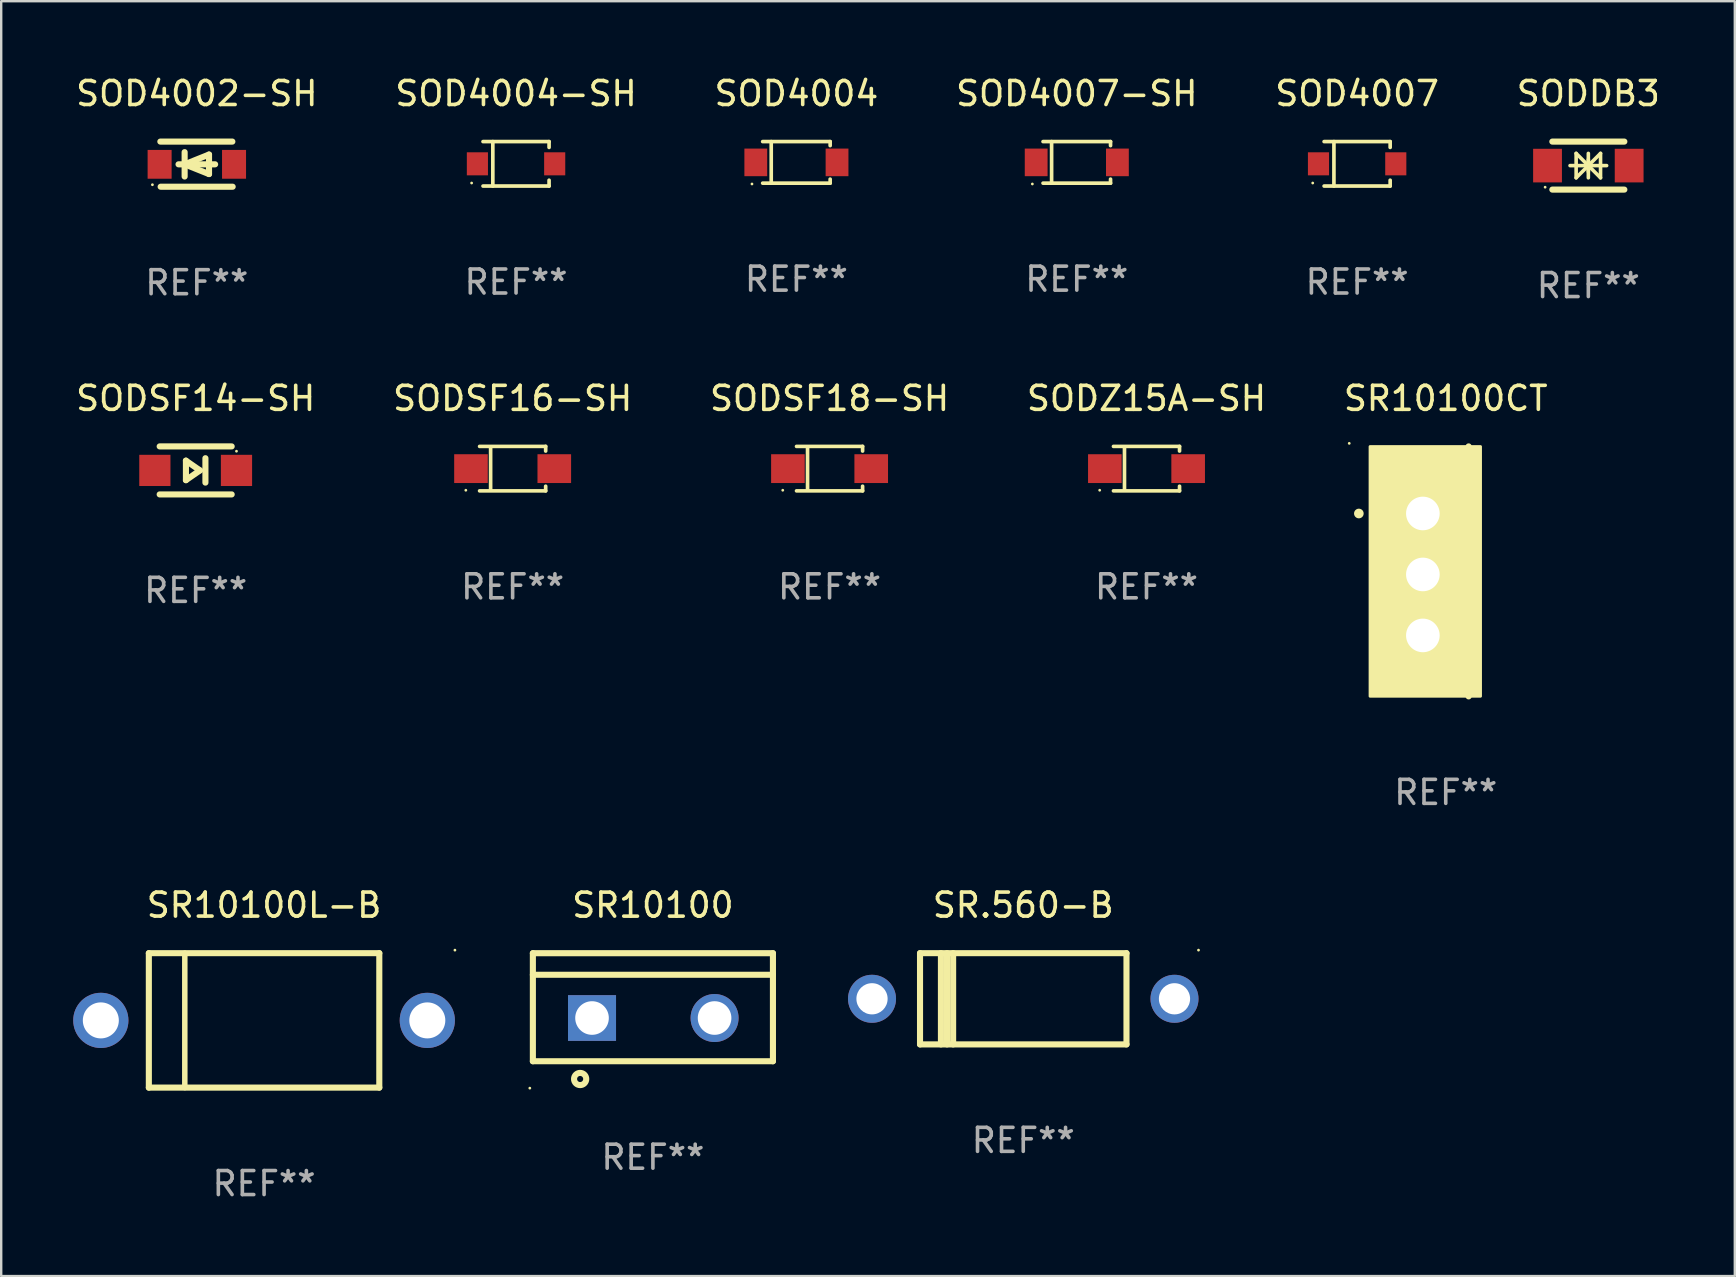
<source format=kicad_pcb>
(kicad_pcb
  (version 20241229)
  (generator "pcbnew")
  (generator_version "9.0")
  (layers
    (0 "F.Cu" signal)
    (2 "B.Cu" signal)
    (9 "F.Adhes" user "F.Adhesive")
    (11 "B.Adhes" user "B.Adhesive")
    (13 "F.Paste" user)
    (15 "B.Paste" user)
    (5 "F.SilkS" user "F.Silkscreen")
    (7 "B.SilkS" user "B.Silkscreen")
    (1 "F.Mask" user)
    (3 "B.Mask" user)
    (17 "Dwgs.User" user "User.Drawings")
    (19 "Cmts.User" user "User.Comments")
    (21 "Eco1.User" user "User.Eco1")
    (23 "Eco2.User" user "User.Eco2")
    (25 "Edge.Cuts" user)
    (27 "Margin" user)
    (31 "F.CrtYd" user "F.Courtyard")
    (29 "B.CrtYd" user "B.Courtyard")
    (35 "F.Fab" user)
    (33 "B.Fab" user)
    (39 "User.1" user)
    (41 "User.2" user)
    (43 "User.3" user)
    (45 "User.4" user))
  (footprint "SR.560-B"
    (layer "F.Cu")
    (at 39.574 38.555)
    (property "Reference" "SR.560-B" (at 0 -3.9 0) (layer "F.SilkS") (effects (font (size 1 1) (thickness 0.15))))
    (attr through_hole)
    (fp_line (start -4.3 -1.9) (end 4.3 -1.9) (stroke (width 0.254) (type solid)) (layer "F.SilkS"))
    (fp_line (start -4.3 1.9) (end -4.3 -1.9) (stroke (width 0.254) (type solid)) (layer "F.SilkS"))
    (fp_line (start -3.429 1.9) (end -3.429 -1.9) (stroke (width 0.254) (type solid)) (layer "F.SilkS"))
    (fp_line (start -3.175 1.9) (end -3.175 -1.9) (stroke (width 0.254) (type solid)) (layer "F.SilkS"))
    (fp_line (start -2.921 1.9) (end -2.921 -1.9) (stroke (width 0.254) (type solid)) (layer "F.SilkS"))
    (fp_line (start 4.3 -1.9) (end 4.3 1.9) (stroke (width 0.254) (type solid)) (layer "F.SilkS"))
    (fp_line (start 4.3 1.9) (end -4.3 1.9) (stroke (width 0.254) (type solid)) (layer "F.SilkS"))
    (fp_circle (center 7.3 -2.027) (end 7.33 -2.027) (stroke (width 0.06) (type solid)) (fill no) (layer "F.SilkS"))
    (fp_text user "REF**" (at 0 5.9 0) (layer "F.Fab") (effects (font (size 1 1) (thickness 0.15))))
    (pad "1" thru_hole circle (at 6.3 0) (size 2 2) (drill 1.3) (layers "*.Cu" "*.Mask"))
    (pad "2" thru_hole circle (at -6.3 0) (size 2 2) (drill 1.3) (layers "*.Cu" "*.Mask")))
  (footprint "SODSF18-SH"
    (layer "F.Cu")
    (at 31.506 16.471)
    (property "Reference" "SODSF18-SH" (at 0 -2.926 0) (layer "F.SilkS") (effects (font (size 1 1) (thickness 0.15))))
    (attr through_hole)
    (fp_line (start -1.376 -0.926) (end 1.376 -0.926) (stroke (width 0.152) (type solid)) (layer "F.SilkS"))
    (fp_line (start -1.376 0.926) (end 1.376 0.926) (stroke (width 0.152) (type solid)) (layer "F.SilkS"))
    (fp_line (start -0.917 -0.876) (end -0.917 0.876) (stroke (width 0.152) (type solid)) (layer "F.SilkS"))
    (fp_line (start 1.376 -0.926) (end 1.376 -0.733) (stroke (width 0.152) (type solid)) (layer "F.SilkS"))
    (fp_line (start 1.376 0.926) (end 1.376 0.733) (stroke (width 0.152) (type solid)) (layer "F.SilkS"))
    (fp_circle (center -1.95 0.9) (end -1.92 0.9) (stroke (width 0.06) (type solid)) (fill no) (layer "F.SilkS"))
    (fp_text user "REF**" (at 0 4.926 0) (layer "F.Fab") (effects (font (size 1 1) (thickness 0.15))))
    (pad "1" smd rect (at -1.735 0) (size 1.4 1.2) (layers "F.Cu" "F.Mask" "F.Paste"))
    (pad "2" smd rect (at 1.735 0) (size 1.4 1.2) (layers "F.Cu" "F.Mask" "F.Paste")))
  (footprint "SOD4004-SH"
    (layer "F.Cu")
    (at 18.446 3.774)
    (property "Reference" "SOD4004-SH" (at 0 -2.926 0) (layer "F.SilkS") (effects (font (size 1 1) (thickness 0.15))))
    (attr through_hole)
    (fp_line (start -1.376 -0.926) (end 1.376 -0.926) (stroke (width 0.152) (type solid)) (layer "F.SilkS"))
    (fp_line (start -1.376 0.926) (end 1.376 0.926) (stroke (width 0.152) (type solid)) (layer "F.SilkS"))
    (fp_line (start -0.967 -0.926) (end -0.967 0.926) (stroke (width 0.152) (type solid)) (layer "F.SilkS"))
    (fp_line (start 1.376 -0.926) (end 1.376 -0.683) (stroke (width 0.152) (type solid)) (layer "F.SilkS"))
    (fp_line (start 1.376 0.926) (end 1.376 0.683) (stroke (width 0.152) (type solid)) (layer "F.SilkS"))
    (fp_circle (center -1.85 0.8) (end -1.82 0.8) (stroke (width 0.06) (type solid)) (fill no) (layer "F.SilkS"))
    (fp_text user "REF**" (at 0 4.926 0) (layer "F.Fab") (effects (font (size 1 1) (thickness 0.15))))
    (pad "1" smd rect (at -1.61 0) (size 0.88 0.96) (layers "F.Cu" "F.Mask" "F.Paste"))
    (pad "2" smd rect (at 1.61 0) (size 0.88 0.96) (layers "F.Cu" "F.Mask" "F.Paste")))
  (footprint "SODDB3"
    (layer "F.Cu")
    (at 63.113 3.848)
    (property "Reference" "SODDB3" (at 0 -3 0) (layer "F.SilkS") (effects (font (size 1 1) (thickness 0.15))))
    (attr through_hole)
    (fp_line (start -1.5 -1) (end 1.5 -1) (stroke (width 0.254) (type solid)) (layer "F.SilkS"))
    (fp_line (start -1.5 1) (end 1.5 1) (stroke (width 0.254) (type solid)) (layer "F.SilkS"))
    (fp_line (start -0.762 0) (end 0.762 0) (stroke (width 0.15) (type solid)) (layer "F.SilkS"))
    (fp_line (start -0.508 -0.508) (end -0.508 0.508) (stroke (width 0.15) (type solid)) (layer "F.SilkS"))
    (fp_line (start 0 -0.508) (end 0 0.508) (stroke (width 0.15) (type solid)) (layer "F.SilkS"))
    (fp_line (start 0 0) (end -0.508 -0.508) (stroke (width 0.15) (type solid)) (layer "F.SilkS"))
    (fp_line (start 0 0) (end -0.508 0.508) (stroke (width 0.15) (type solid)) (layer "F.SilkS"))
    (fp_line (start 0 0) (end 0.508 -0.508) (stroke (width 0.15) (type solid)) (layer "F.SilkS"))
    (fp_line (start 0 0) (end 0.508 0.508) (stroke (width 0.15) (type solid)) (layer "F.SilkS"))
    (fp_line (start 0 0.254) (end 0 -0.254) (stroke (width 0.15) (type solid)) (layer "F.SilkS"))
    (fp_line (start 0.508 0.508) (end 0.508 -0.508) (stroke (width 0.15) (type solid)) (layer "F.SilkS"))
    (fp_circle (center -1.8 0.9) (end -1.77 0.9) (stroke (width 0.06) (type solid)) (fill no) (layer "F.SilkS"))
    (fp_text user "REF**" (at 0 5 0) (layer "F.Fab") (effects (font (size 1 1) (thickness 0.15))))
    (pad "1" smd rect (at -1.7 0) (size 1.2 1.4) (layers "F.Cu" "F.Mask" "F.Paste"))
    (pad "2" smd rect (at 1.7 0) (size 1.2 1.4) (layers "F.Cu" "F.Mask" "F.Paste")))
  (footprint "SODZ15A-SH"
    (layer "F.Cu")
    (at 44.708 16.471)
    (property "Reference" "SODZ15A-SH" (at 0 -2.926 0) (layer "F.SilkS") (effects (font (size 1 1) (thickness 0.15))))
    (attr through_hole)
    (fp_line (start -1.376 -0.926) (end 1.376 -0.926) (stroke (width 0.152) (type solid)) (layer "F.SilkS"))
    (fp_line (start -1.376 0.926) (end 1.376 0.926) (stroke (width 0.152) (type solid)) (layer "F.SilkS"))
    (fp_line (start -0.917 -0.876) (end -0.917 0.876) (stroke (width 0.152) (type solid)) (layer "F.SilkS"))
    (fp_line (start 1.376 -0.926) (end 1.376 -0.733) (stroke (width 0.152) (type solid)) (layer "F.SilkS"))
    (fp_line (start 1.376 0.926) (end 1.376 0.733) (stroke (width 0.152) (type solid)) (layer "F.SilkS"))
    (fp_circle (center -1.95 0.9) (end -1.92 0.9) (stroke (width 0.06) (type solid)) (fill no) (layer "F.SilkS"))
    (fp_text user "REF**" (at 0 4.926 0) (layer "F.Fab") (effects (font (size 1 1) (thickness 0.15))))
    (pad "1" smd rect (at -1.735 0) (size 1.4 1.2) (layers "F.Cu" "F.Mask" "F.Paste"))
    (pad "2" smd rect (at 1.735 0) (size 1.4 1.2) (layers "F.Cu" "F.Mask" "F.Paste")))
  (footprint "SR10100L-B"
    (layer "F.Cu")
    (at 7.95 39.455)
    (property "Reference" "SR10100L-B" (at 0 -4.8 0) (layer "F.SilkS") (effects (font (size 1 1) (thickness 0.15))))
    (attr through_hole)
    (fp_line (start -4.8 -2.8) (end -4.8 2.8) (stroke (width 0.254) (type solid)) (layer "F.SilkS"))
    (fp_line (start -4.8 -2.8) (end 4.8 -2.8) (stroke (width 0.254) (type solid)) (layer "F.SilkS"))
    (fp_line (start -4.8 2.8) (end 4.8 2.8) (stroke (width 0.254) (type solid)) (layer "F.SilkS"))
    (fp_line (start -3.302 2.8) (end -3.302 -2.8) (stroke (width 0.229) (type solid)) (layer "F.SilkS"))
    (fp_line (start 4.8 -2.8) (end 4.8 2.8) (stroke (width 0.254) (type solid)) (layer "F.SilkS"))
    (fp_circle (center 7.95 -2.927) (end 7.98 -2.927) (stroke (width 0.06) (type solid)) (fill no) (layer "F.SilkS"))
    (fp_text user "REF**" (at 0 6.8 0) (layer "F.Fab") (effects (font (size 1 1) (thickness 0.15))))
    (pad "1" thru_hole circle (at 6.8 0) (size 2.3 2.3) (drill 1.5) (layers "*.Cu" "*.Mask"))
    (pad "2" thru_hole circle (at -6.8 0) (size 2.3 2.3) (drill 1.5) (layers "*.Cu" "*.Mask")))
  (footprint "SR10100"
    (layer "F.Cu")
    (at 24.147 38.906)
    (property "Reference" "SR10100" (at 0 -4.25 0) (layer "F.SilkS") (effects (font (size 1 1) (thickness 0.15))))
    (attr through_hole)
    (fp_line (start -5 -2.25) (end 5 -2.25) (stroke (width 0.254) (type solid)) (layer "F.SilkS"))
    (fp_line (start -5 -1.351) (end 5 -1.351) (stroke (width 0.254) (type solid)) (layer "F.SilkS"))
    (fp_line (start -5 2.25) (end -5 -2.25) (stroke (width 0.254) (type solid)) (layer "F.SilkS"))
    (fp_line (start -5 2.25) (end 5 2.25) (stroke (width 0.254) (type solid)) (layer "F.SilkS"))
    (fp_line (start 5 2.25) (end 5 -2.25) (stroke (width 0.254) (type solid)) (layer "F.SilkS"))
    (fp_circle (center -5.127 3.371) (end -5.097 3.371) (stroke (width 0.06) (type solid)) (fill no) (layer "F.SilkS"))
    (fp_circle (center -3.031 2.99) (end -2.777 2.99) (stroke (width 0.254) (type solid)) (fill no) (layer "F.SilkS"))
    (fp_text user "REF**" (at 0 6.25 0) (layer "F.Fab") (effects (font (size 1 1) (thickness 0.15))))
    (pad "1" thru_hole rect (at -2.536 0.45 90) (size 1.905 2) (drill 1.4) (layers "*.Cu" "*.Mask"))
    (pad "3" thru_hole circle (at 2.569 0.45) (size 2 2) (drill 1.4) (layers "*.Cu" "*.Mask")))
  (footprint "SOD4007-SH"
    (layer "F.Cu")
    (at 41.804 3.714)
    (property "Reference" "SOD4007-SH" (at 0 -2.866 0) (layer "F.SilkS") (effects (font (size 1 1) (thickness 0.15))))
    (attr through_hole)
    (fp_line (start -1.406 -0.866) (end 1.406 -0.866) (stroke (width 0.152) (type solid)) (layer "F.SilkS"))
    (fp_line (start -1.406 0.866) (end 1.406 0.866) (stroke (width 0.152) (type solid)) (layer "F.SilkS"))
    (fp_line (start -1.049 -0.866) (end -1.049 0.866) (stroke (width 0.152) (type solid)) (layer "F.SilkS"))
    (fp_line (start 1.406 -0.866) (end 1.406 -0.698) (stroke (width 0.152) (type solid)) (layer "F.SilkS"))
    (fp_line (start 1.406 0.866) (end 1.406 0.698) (stroke (width 0.152) (type solid)) (layer "F.SilkS"))
    (fp_circle (center -1.851 0.9) (end -1.821 0.9) (stroke (width 0.06) (type solid)) (fill no) (layer "F.SilkS"))
    (fp_text user "REF**" (at 0 4.866 0) (layer "F.Fab") (effects (font (size 1 1) (thickness 0.15))))
    (pad "1" smd rect (at -1.692 0) (size 0.95 1.15) (layers "F.Cu" "F.Mask" "F.Paste"))
    (pad "2" smd rect (at 1.692 0) (size 0.95 1.15) (layers "F.Cu" "F.Mask" "F.Paste")))
  (footprint "SOD4002-SH"
    (layer "F.Cu")
    (at 5.149 3.788)
    (property "Reference" "SOD4002-SH" (at 0 -2.94 0) (layer "F.SilkS") (effects (font (size 1 1) (thickness 0.15))))
    (attr through_hole)
    (fp_line (start -1.52 -0.94) (end 1.48 -0.94) (stroke (width 0.254) (type solid)) (layer "F.SilkS"))
    (fp_line (start -1.507 0.94) (end 1.493 0.94) (stroke (width 0.254) (type solid)) (layer "F.SilkS"))
    (fp_line (start -0.762 0.007) (end 0.762 0.007) (stroke (width 0.254) (type solid)) (layer "F.SilkS"))
    (fp_line (start -0.508 -0.501) (end -0.508 0.515) (stroke (width 0.254) (type solid)) (layer "F.SilkS"))
    (fp_line (start -0.508 0.007) (end 0.508 -0.4) (stroke (width 0.254) (type solid)) (layer "F.SilkS"))
    (fp_line (start 0.508 -0.4) (end 0.508 0.413) (stroke (width 0.254) (type solid)) (layer "F.SilkS"))
    (fp_line (start 0.508 0.413) (end -0.508 0.007) (stroke (width 0.254) (type solid)) (layer "F.SilkS"))
    (fp_circle (center -1.85 0.857) (end -1.82 0.857) (stroke (width 0.06) (type solid)) (fill no) (layer "F.SilkS"))
    (fp_text user "REF**" (at 0 4.94 0) (layer "F.Fab") (effects (font (size 1 1) (thickness 0.15))))
    (pad "1" smd rect (at -1.55 0.007) (size 1 1.2) (layers "F.Cu" "F.Mask" "F.Paste"))
    (pad "2" smd rect (at 1.55 0.007) (size 1 1.2) (layers "F.Cu" "F.Mask" "F.Paste")))
  (footprint "SR10100CT"
    (layer "F.Cu")
    (at 57.173 20.752)
    (property "Reference" "SR10100CT" (at 0 -7.207 0) (layer "F.SilkS") (effects (font (size 1 1) (thickness 0.15))))
    (attr through_hole)
    (fp_line (start 0.953 5.207) (end 0.953 -5.207) (stroke (width 0.254) (type solid)) (layer "F.SilkS"))
    (fp_arc (start -3.619507 -2.410465) (mid -3.619511 -2.411735) (end -3.619507 -2.413005) (stroke (width 0.4) (type solid)) (layer "F.SilkS"))
    (fp_circle (center -4.02 -5.334) (end -3.99 -5.334) (stroke (width 0.06) (type solid)) (fill no) (layer "F.SilkS"))
    (fp_poly (pts (xy -3.152 -5.2) (xy 1.448 -5.2) (xy 1.448 5.2) (xy -3.152 5.2)) (stroke (width 0.12) (type solid)) (fill yes) (layer "F.SilkS"))
    (fp_text user "REF**" (at 0 9.207 0) (layer "F.Fab") (effects (font (size 1 1) (thickness 0.15))))
    (pad "1" thru_hole rect (at -0.953 -2.413 270) (size 2 2.5) (drill 1.4) (layers "*.Cu" "*.Mask"))
    (pad "2" thru_hole oval (at -0.953 0.127 270) (size 2 2.5) (drill 1.4) (layers "*.Cu" "*.Mask"))
    (pad "3" thru_hole oval (at -0.953 2.667 270) (size 2 2.5) (drill 1.4) (layers "*.Cu" "*.Mask")))
  (footprint "SODSF14-SH"
    (layer "F.Cu")
    (at 5.101 16.545)
    (property "Reference" "SODSF14-SH" (at 0 -3 0) (layer "F.SilkS") (effects (font (size 1 1) (thickness 0.15))))
    (attr through_hole)
    (fp_line (start -1.5 -1) (end 1.5 -1) (stroke (width 0.254) (type solid)) (layer "F.SilkS"))
    (fp_line (start -0.406 -0.406) (end 0.178 0) (stroke (width 0.254) (type solid)) (layer "F.SilkS"))
    (fp_line (start -0.406 0.406) (end -0.406 -0.406) (stroke (width 0.254) (type solid)) (layer "F.SilkS"))
    (fp_line (start 0.178 0) (end -0.406 0.406) (stroke (width 0.254) (type solid)) (layer "F.SilkS"))
    (fp_line (start 0.406 0.508) (end 0.406 -0.508) (stroke (width 0.254) (type solid)) (layer "F.SilkS"))
    (fp_line (start 1.5 1) (end -1.5 1) (stroke (width 0.254) (type solid)) (layer "F.SilkS"))
    (fp_circle (center 1.7 -0.8) (end 1.73 -0.8) (stroke (width 0.06) (type solid)) (fill no) (layer "F.SilkS"))
    (fp_text user "REF**" (at 0 5 0) (layer "F.Fab") (effects (font (size 1 1) (thickness 0.15))))
    (pad "1" smd rect (at 1.7 0 180) (size 1.3 1.3) (layers "F.Cu" "F.Mask" "F.Paste"))
    (pad "2" smd rect (at -1.7 0 180) (size 1.3 1.3) (layers "F.Cu" "F.Mask" "F.Paste")))
  (footprint "SOD4004"
    (layer "F.Cu")
    (at 30.125 3.714)
    (property "Reference" "SOD4004" (at 0 -2.866 0) (layer "F.SilkS") (effects (font (size 1 1) (thickness 0.15))))
    (attr through_hole)
    (fp_line (start -1.406 -0.866) (end 1.406 -0.866) (stroke (width 0.152) (type solid)) (layer "F.SilkS"))
    (fp_line (start -1.406 0.866) (end 1.406 0.866) (stroke (width 0.152) (type solid)) (layer "F.SilkS"))
    (fp_line (start -1.049 -0.866) (end -1.049 0.866) (stroke (width 0.152) (type solid)) (layer "F.SilkS"))
    (fp_line (start 1.406 -0.866) (end 1.406 -0.698) (stroke (width 0.152) (type solid)) (layer "F.SilkS"))
    (fp_line (start 1.406 0.866) (end 1.406 0.698) (stroke (width 0.152) (type solid)) (layer "F.SilkS"))
    (fp_circle (center -1.851 0.9) (end -1.821 0.9) (stroke (width 0.06) (type solid)) (fill no) (layer "F.SilkS"))
    (fp_text user "REF**" (at 0 4.866 0) (layer "F.Fab") (effects (font (size 1 1) (thickness 0.15))))
    (pad "1" smd rect (at -1.692 0) (size 0.95 1.15) (layers "F.Cu" "F.Mask" "F.Paste"))
    (pad "2" smd rect (at 1.692 0) (size 0.95 1.15) (layers "F.Cu" "F.Mask" "F.Paste")))
  (footprint "SOD4007"
    (layer "F.Cu")
    (at 53.482 3.774)
    (property "Reference" "SOD4007" (at 0 -2.926 0) (layer "F.SilkS") (effects (font (size 1 1) (thickness 0.15))))
    (attr through_hole)
    (fp_line (start -1.376 -0.926) (end 1.376 -0.926) (stroke (width 0.152) (type solid)) (layer "F.SilkS"))
    (fp_line (start -1.376 0.926) (end 1.376 0.926) (stroke (width 0.152) (type solid)) (layer "F.SilkS"))
    (fp_line (start -0.967 -0.926) (end -0.967 0.926) (stroke (width 0.152) (type solid)) (layer "F.SilkS"))
    (fp_line (start 1.376 -0.926) (end 1.376 -0.683) (stroke (width 0.152) (type solid)) (layer "F.SilkS"))
    (fp_line (start 1.376 0.926) (end 1.376 0.683) (stroke (width 0.152) (type solid)) (layer "F.SilkS"))
    (fp_circle (center -1.85 0.8) (end -1.82 0.8) (stroke (width 0.06) (type solid)) (fill no) (layer "F.SilkS"))
    (fp_text user "REF**" (at 0 4.926 0) (layer "F.Fab") (effects (font (size 1 1) (thickness 0.15))))
    (pad "1" smd rect (at -1.61 0) (size 0.88 0.96) (layers "F.Cu" "F.Mask" "F.Paste"))
    (pad "2" smd rect (at 1.61 0) (size 0.88 0.96) (layers "F.Cu" "F.Mask" "F.Paste")))
  (footprint "SODSF16-SH"
    (layer "F.Cu")
    (at 18.304 16.471)
    (property "Reference" "SODSF16-SH" (at 0 -2.926 0) (layer "F.SilkS") (effects (font (size 1 1) (thickness 0.15))))
    (attr through_hole)
    (fp_line (start -1.376 -0.926) (end 1.376 -0.926) (stroke (width 0.152) (type solid)) (layer "F.SilkS"))
    (fp_line (start -1.376 0.926) (end 1.376 0.926) (stroke (width 0.152) (type solid)) (layer "F.SilkS"))
    (fp_line (start -0.917 -0.876) (end -0.917 0.876) (stroke (width 0.152) (type solid)) (layer "F.SilkS"))
    (fp_line (start 1.376 -0.926) (end 1.376 -0.733) (stroke (width 0.152) (type solid)) (layer "F.SilkS"))
    (fp_line (start 1.376 0.926) (end 1.376 0.733) (stroke (width 0.152) (type solid)) (layer "F.SilkS"))
    (fp_circle (center -1.95 0.9) (end -1.92 0.9) (stroke (width 0.06) (type solid)) (fill no) (layer "F.SilkS"))
    (fp_text user "REF**" (at 0 4.926 0) (layer "F.Fab") (effects (font (size 1 1) (thickness 0.15))))
    (pad "1" smd rect (at -1.735 0) (size 1.4 1.2) (layers "F.Cu" "F.Mask" "F.Paste"))
    (pad "2" smd rect (at 1.735 0) (size 1.4 1.2) (layers "F.Cu" "F.Mask" "F.Paste")))
  (gr_rect
    (start -3 -3)
    (end 69.214 50.104)
    (stroke (width 0.1) (type default))
    (fill no)
    (layer "Edge.Cuts")))
</source>
